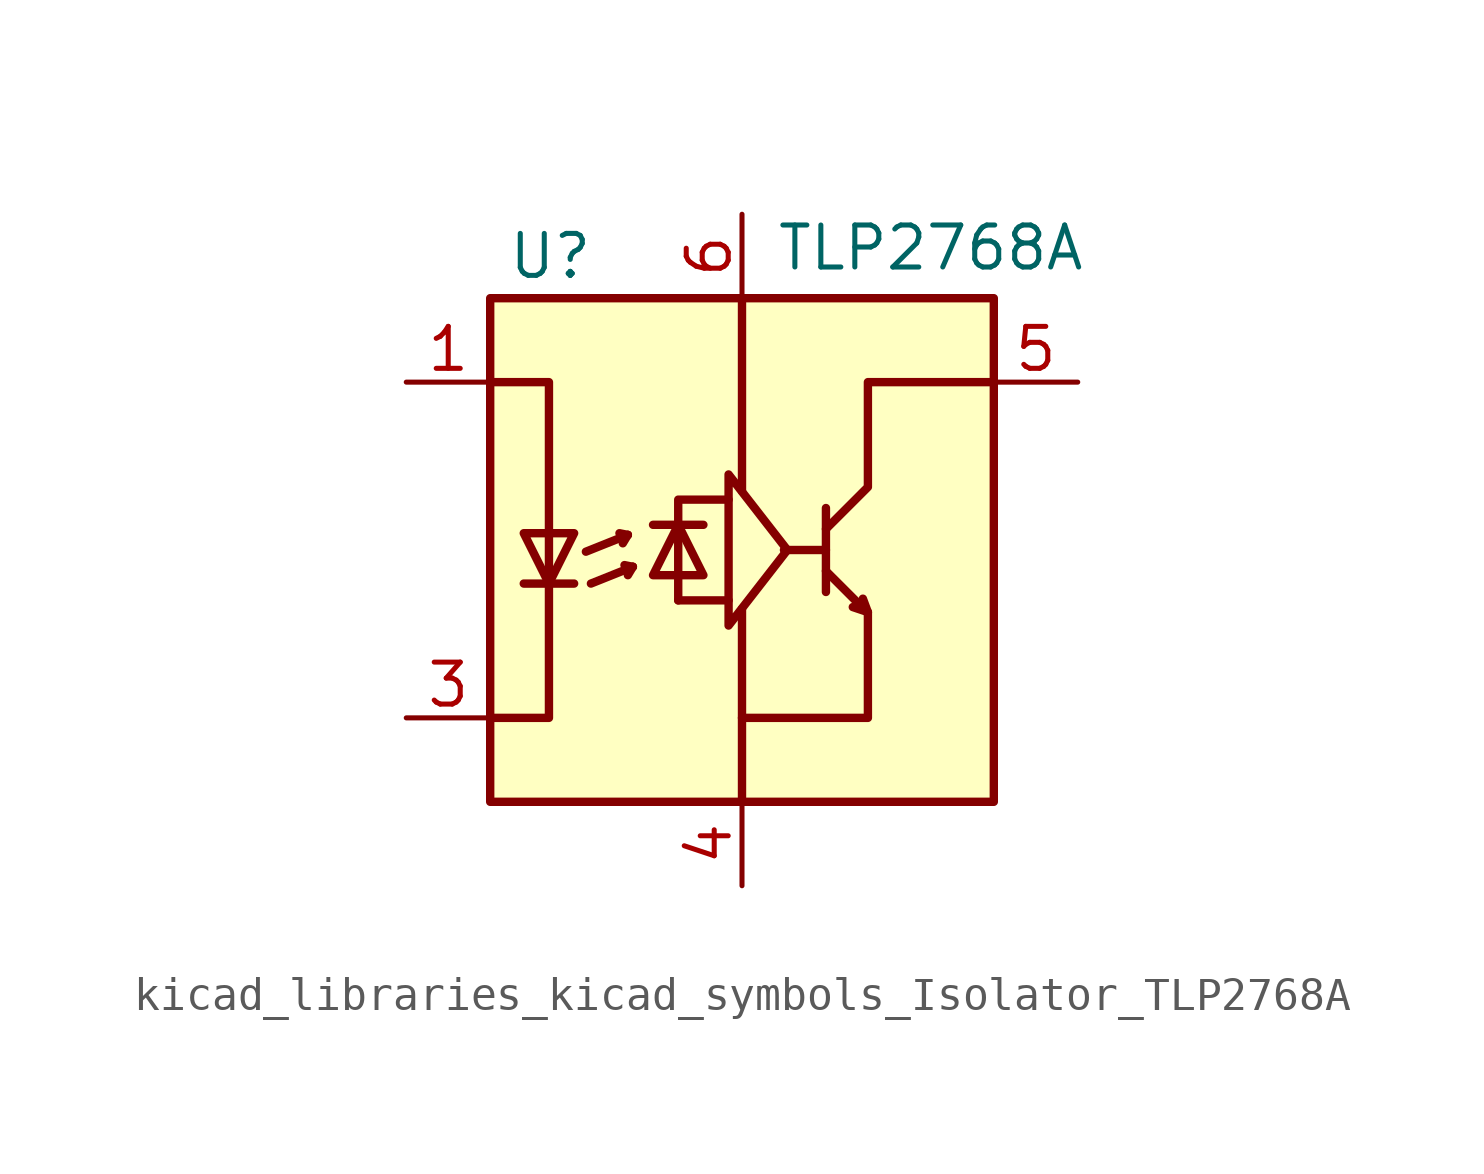
<source format=kicad_sym>
(kicad_symbol_lib
  (version 20220914)
  (generator kicad_symbol_editor)
  (symbol "kicad_libraries_kicad_symbols_Isolator_TLP2768A"
    (pin_names
      (offset 1.016) hide)
    (property "Reference" "U"
      (at -7.112 8.89 0)
      (effects (font (size 1.27 1.27)) (justify left)))
    (property "Value" "TLP2768A"
      (at 1.016 9.144 0)
      (effects (font (size 1.27 1.27)) (justify left)))
    (symbol "kicad_libraries_kicad_symbols_Isolator_TLP2768A_0_1"
      (rectangle (start -7.62 7.62) (end 7.62 -7.62) (stroke (width 0.254) (type default)) (fill (type background)))
      (polyline (pts (xy -6.604 -1.016) (xy -5.08 -1.016)) (stroke (width 0.254) (type default)) (fill (type none)))
      (polyline (pts (xy -5.842 0.508) (xy -5.842 -1.016)) (stroke (width 0.254) (type default)) (fill (type none)))
      (polyline (pts (xy -4.724 -0.051) (xy -3.454 0.457)) (stroke (width 0.254) (type default)) (fill (type none)))
      (polyline (pts (xy -4.572 -1.016) (xy -3.302 -0.508)) (stroke (width 0.254) (type default)) (fill (type none)))
      (polyline (pts (xy -3.454 0.457) (xy -3.708 0.508)) (stroke (width 0.254) (type default)) (fill (type none)))
      (polyline (pts (xy -3.454 0.457) (xy -3.607 0.203)) (stroke (width 0.254) (type default)) (fill (type none)))
      (polyline (pts (xy -3.302 -0.508) (xy -3.556 -0.457)) (stroke (width 0.254) (type default)) (fill (type none)))
      (polyline (pts (xy -3.302 -0.508) (xy -3.454 -0.762)) (stroke (width 0.254) (type default)) (fill (type none)))
      (polyline (pts (xy -2.692 0.762) (xy -1.168 0.762)) (stroke (width 0.254) (type default)) (fill (type none)))
      (polyline (pts (xy -1.93 -1.524) (xy -1.93 -0.762)) (stroke (width 0.254) (type default)) (fill (type none)))
      (polyline (pts (xy -1.93 -1.524) (xy -0.406 -1.524)) (stroke (width 0.254) (type default)) (fill (type none)))
      (polyline (pts (xy -1.93 0.762) (xy -1.93 -0.813)) (stroke (width 0.254) (type default)) (fill (type none)))
      (polyline (pts (xy 0 -7.62) (xy 0 -1.778)) (stroke (width 0.254) (type default)) (fill (type none)))
      (polyline (pts (xy 0 7.62) (xy 0 1.778)) (stroke (width 0.254) (type default)) (fill (type none)))
      (polyline (pts (xy 1.27 0) (xy 2.54 0)) (stroke (width 0.254) (type default)) (fill (type none)))
      (polyline (pts (xy 2.54 -1.27) (xy 2.54 1.27)) (stroke (width 0.254) (type default)) (fill (type none)))
      (polyline (pts (xy 3.81 -1.88) (xy 3.353 -1.727)) (stroke (width 0.254) (type default)) (fill (type none)))
      (polyline (pts (xy 3.81 -1.88) (xy 3.658 -1.473)) (stroke (width 0.254) (type default)) (fill (type none)))
      (polyline (pts (xy -7.62 5.08) (xy -5.842 5.08) (xy -5.842 0.508)) (stroke (width 0.254) (type default)) (fill (type none)))
      (polyline (pts (xy -5.842 -1.016) (xy -5.842 -5.08) (xy -7.62 -5.08)) (stroke (width 0.254) (type default)) (fill (type none)))
      (polyline (pts (xy -1.93 0.762) (xy -1.93 1.524) (xy -0.406 1.524)) (stroke (width 0.254) (type default)) (fill (type none)))
      (polyline (pts (xy -6.604 0.508) (xy -5.08 0.508) (xy -5.842 -1.016) (xy -6.604 0.508)) (stroke (width 0.254) (type default)) (fill (type none)))
      (polyline (pts (xy -2.692 -0.762) (xy -1.168 -0.762) (xy -1.93 0.762) (xy -2.692 -0.762)) (stroke (width 0.254) (type default)) (fill (type none)))
      (polyline (pts (xy 1.372 0) (xy -0.406 -2.286) (xy -0.406 2.286) (xy 1.372 0)) (stroke (width 0.254) (type default)) (fill (type none)))
      (polyline (pts (xy 2.54 -0.635) (xy 3.81 -1.905) (xy 3.81 -5.08) (xy 0 -5.08)) (stroke (width 0.254) (type default)) (fill (type none)))
      (polyline (pts (xy 2.54 0.635) (xy 3.81 1.905) (xy 3.81 5.08) (xy 7.62 5.08)) (stroke (width 0.254) (type default)) (fill (type none))))
    (symbol "kicad_libraries_kicad_symbols_Isolator_TLP2768A_1_1"
      (pin passive line (at -10.16 5.08 0) (length 2.54) (name "A" (effects (font (size 1.27 1.27)))) (number "1" (effects (font (size 1.27 1.27)))))
      (pin no_connect line (at -7.62 0 0) (length 2.54) hide (name "NC" (effects (font (size 1.27 1.27)))) (number "2" (effects (font (size 1.27 1.27)))))
      (pin passive line (at -10.16 -5.08 0) (length 2.54) (name "K" (effects (font (size 1.27 1.27)))) (number "3" (effects (font (size 1.27 1.27)))))
      (pin power_in line (at 0 -10.16 90) (length 2.54) (name "GND" (effects (font (size 1.27 1.27)))) (number "4" (effects (font (size 1.27 1.27)))))
      (pin open_collector line (at 10.16 5.08 180) (length 2.54) (name "VO" (effects (font (size 1.27 1.27)))) (number "5" (effects (font (size 1.27 1.27)))))
      (pin power_in line (at 0 10.16 270) (length 2.54) (name "VDD" (effects (font (size 1.27 1.27)))) (number "6" (effects (font (size 1.27 1.27))))))))
</source>
